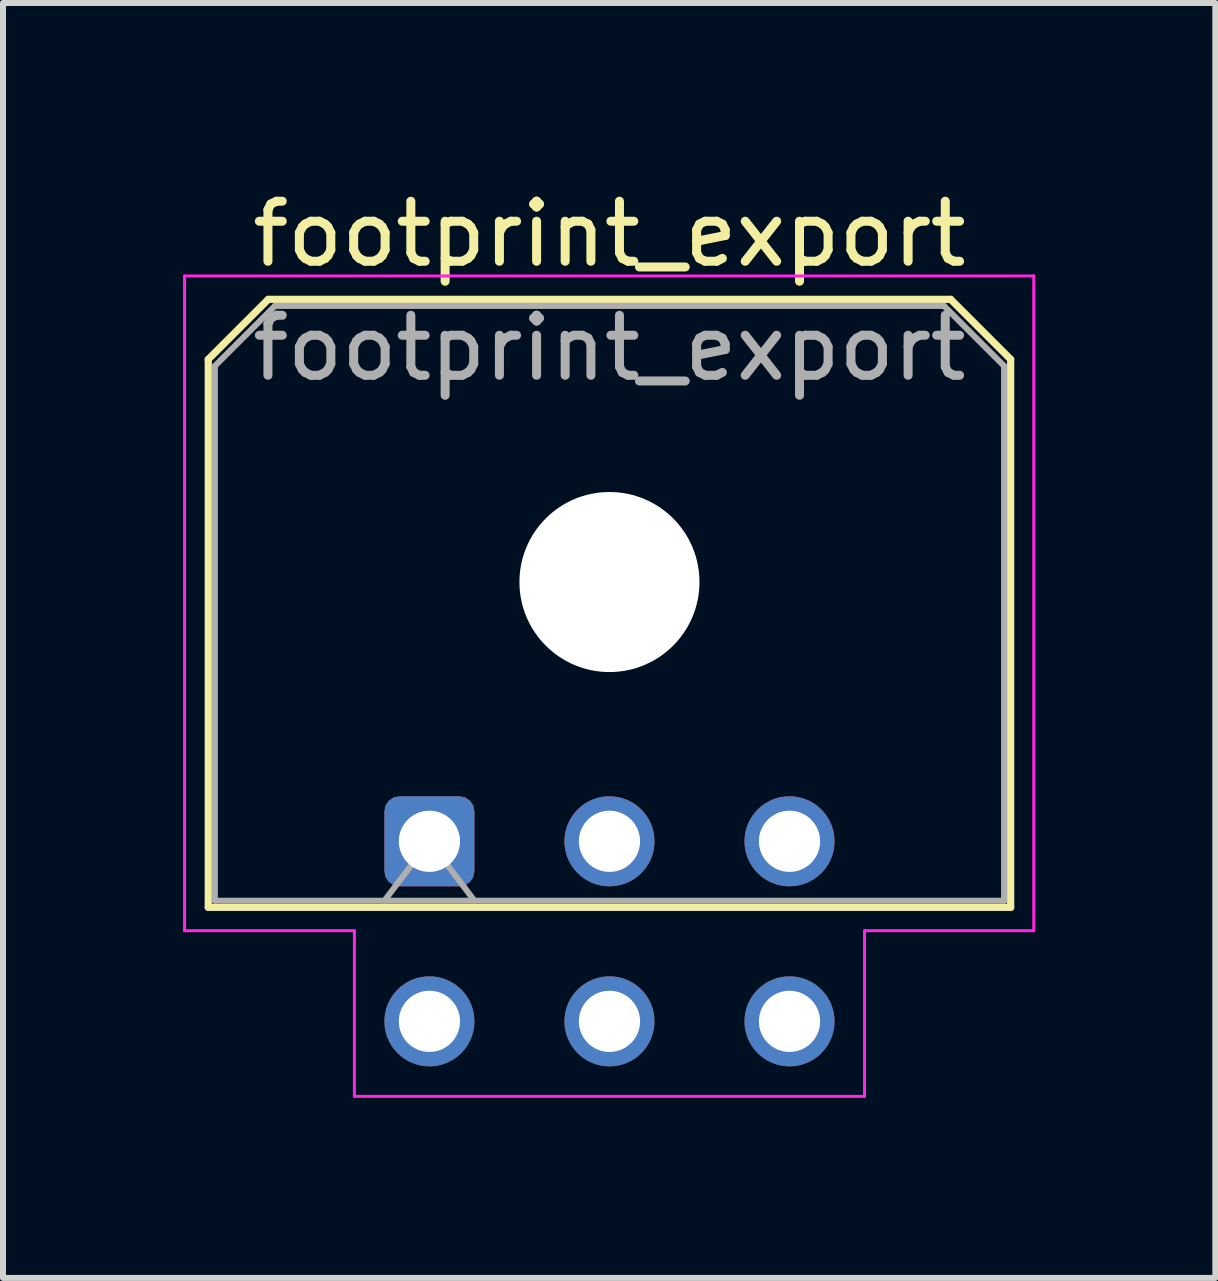
<source format=kicad_pcb>
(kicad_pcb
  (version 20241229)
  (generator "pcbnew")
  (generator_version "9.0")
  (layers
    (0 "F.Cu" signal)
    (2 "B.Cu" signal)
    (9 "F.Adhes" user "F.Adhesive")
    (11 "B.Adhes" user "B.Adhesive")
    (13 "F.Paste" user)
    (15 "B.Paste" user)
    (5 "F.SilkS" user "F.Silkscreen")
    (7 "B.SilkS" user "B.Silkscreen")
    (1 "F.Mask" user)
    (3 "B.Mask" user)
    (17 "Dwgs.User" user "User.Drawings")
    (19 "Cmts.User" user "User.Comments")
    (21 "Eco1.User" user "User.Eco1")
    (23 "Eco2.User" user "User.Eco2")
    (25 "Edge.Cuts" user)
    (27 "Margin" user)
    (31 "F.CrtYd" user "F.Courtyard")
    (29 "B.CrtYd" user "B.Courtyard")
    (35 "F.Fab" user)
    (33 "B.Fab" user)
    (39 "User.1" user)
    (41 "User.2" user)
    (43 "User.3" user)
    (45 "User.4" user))
  (footprint "footprint_export"
    (layer "F.Cu")
    (at 4.105 10.968)
    (property "Reference" "footprint_export" (at 3 -10.12 0) (layer "F.SilkS") (effects (font (size 1 1) (thickness 0.15))))
    (attr through_hole)
    (fp_line (start -3.685 -8.03) (end -2.685 -9.03) (stroke (width 0.12) (type solid)) (layer "F.SilkS"))
    (fp_line (start -3.685 1.1) (end -3.685 -8.03) (stroke (width 0.12) (type solid)) (layer "F.SilkS"))
    (fp_line (start -2.685 -9.03) (end 8.685 -9.03) (stroke (width 0.12) (type solid)) (layer "F.SilkS"))
    (fp_line (start 8.685 -9.03) (end 9.685 -8.03) (stroke (width 0.12) (type solid)) (layer "F.SilkS"))
    (fp_line (start 9.685 -8.03) (end 9.685 1.1) (stroke (width 0.12) (type solid)) (layer "F.SilkS"))
    (fp_line (start 9.685 1.1) (end -3.685 1.1) (stroke (width 0.12) (type solid)) (layer "F.SilkS"))
    (fp_line (start -4.08 -9.42) (end 10.07 -9.42) (stroke (width 0.05) (type solid)) (layer "F.CrtYd"))
    (fp_line (start -4.08 1.49) (end -4.08 -9.42) (stroke (width 0.05) (type solid)) (layer "F.CrtYd"))
    (fp_line (start -1.25 1.49) (end -4.08 1.49) (stroke (width 0.05) (type solid)) (layer "F.CrtYd"))
    (fp_line (start -1.25 4.25) (end -1.25 1.49) (stroke (width 0.05) (type solid)) (layer "F.CrtYd"))
    (fp_line (start 7.25 1.49) (end 7.25 4.25) (stroke (width 0.05) (type solid)) (layer "F.CrtYd"))
    (fp_line (start 7.25 4.25) (end -1.25 4.25) (stroke (width 0.05) (type solid)) (layer "F.CrtYd"))
    (fp_line (start 10.07 -9.42) (end 10.07 1.49) (stroke (width 0.05) (type solid)) (layer "F.CrtYd"))
    (fp_line (start 10.07 1.49) (end 7.25 1.49) (stroke (width 0.05) (type solid)) (layer "F.CrtYd"))
    (fp_line (start -3.575 -7.92) (end -2.575 -8.92) (stroke (width 0.1) (type solid)) (layer "F.Fab"))
    (fp_line (start -3.575 0.99) (end -3.575 -7.92) (stroke (width 0.1) (type solid)) (layer "F.Fab"))
    (fp_line (start -2.575 -8.92) (end 8.575 -8.92) (stroke (width 0.1) (type solid)) (layer "F.Fab"))
    (fp_line (start -0.75 0.99) (end 0 0) (stroke (width 0.1) (type solid)) (layer "F.Fab"))
    (fp_line (start 0 0) (end 0.75 0.99) (stroke (width 0.1) (type solid)) (layer "F.Fab"))
    (fp_line (start 8.575 -8.92) (end 9.575 -7.92) (stroke (width 0.1) (type solid)) (layer "F.Fab"))
    (fp_line (start 9.575 -7.92) (end 9.575 0.99) (stroke (width 0.1) (type solid)) (layer "F.Fab"))
    (fp_line (start 9.575 0.99) (end -3.575 0.99) (stroke (width 0.1) (type solid)) (layer "F.Fab"))
    (fp_text user "${REFERENCE}" (at 3 -8.22 0) (layer "F.Fab") (effects (font (size 1 1) (thickness 0.15))))
    (pad "" np_thru_hole circle (at 3 -4.32) (size 3 3) (drill 3) (layers "*.Cu" "*.Mask"))
    (pad "1" thru_hole roundrect (at 0 0) (size 1.5 1.5) (drill 1.02) (layers "*.Cu" "*.Mask") (roundrect_rratio 0.167))
    (pad "2" thru_hole circle (at 3 0) (size 1.5 1.5) (drill 1.02) (layers "*.Cu" "*.Mask"))
    (pad "3" thru_hole circle (at 6 0) (size 1.5 1.5) (drill 1.02) (layers "*.Cu" "*.Mask"))
    (pad "4" thru_hole circle (at 0 3) (size 1.5 1.5) (drill 1.02) (layers "*.Cu" "*.Mask"))
    (pad "5" thru_hole circle (at 3 3) (size 1.5 1.5) (drill 1.02) (layers "*.Cu" "*.Mask"))
    (pad "6" thru_hole circle (at 6 3) (size 1.5 1.5) (drill 1.02) (layers "*.Cu" "*.Mask")))
  (gr_rect
    (start -3 -3)
    (end 17.2 18.243)
    (stroke (width 0.1) (type default))
    (fill no)
    (layer "Edge.Cuts")))
</source>
